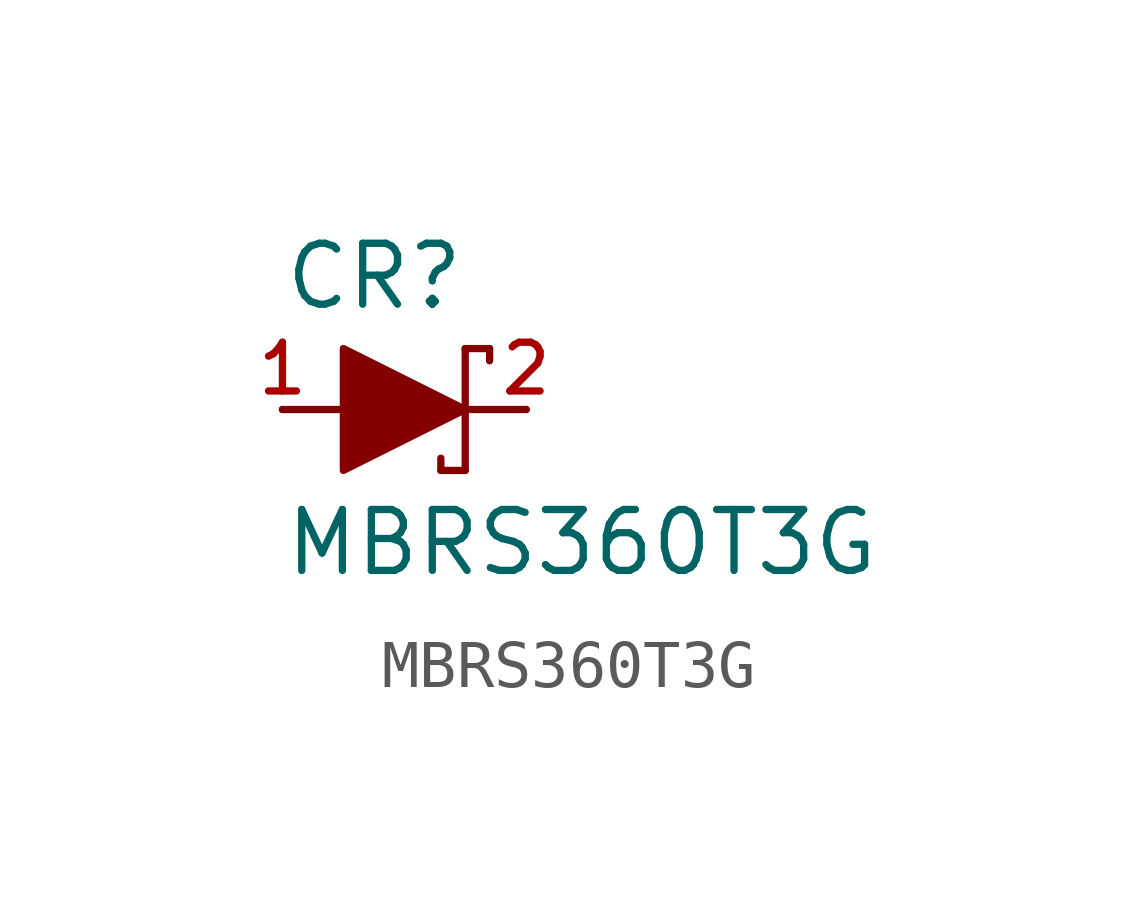
<source format=kicad_sym>
(kicad_symbol_lib
  (version 20211014)
  (generator kicad_symbol_editor)
  (symbol "MBRS360T3G"
    (pin_names
      (offset 1.016))
    (property "Reference" "CR"
      (at -2.54 2.032 0)
      (effects (font (size 1.27 1.27)) (justify bottom left)))
    (property "Value" "MBRS360T3G"
      (at -2.54 -2.032 0)
      (effects (font (size 1.27 1.27)) (justify top left)))
    (symbol "MBRS360T3G_0_0"
      (polyline (pts (xy 1.27 1.27) (xy 1.27 0.0)) (stroke (width 0.152)))
      (polyline (pts (xy 1.27 0.0) (xy 1.27 -1.27)) (stroke (width 0.152)))
      (polyline (pts (xy 1.27 1.27) (xy 1.778 1.27)) (stroke (width 0.152)))
      (polyline (pts (xy 1.27 -1.27) (xy 0.762 -1.27)) (stroke (width 0.152)))
      (polyline (pts (xy -2.54 0.0) (xy -1.27 0.0)) (stroke (width 0.152)))
      (polyline (pts (xy 2.54 0.0) (xy 1.27 0.0)) (stroke (width 0.152)))
      (polyline (pts (xy 0.762 -1.27) (xy 0.762 -1.016)) (stroke (width 0.152)))
      (polyline (pts (xy 1.778 1.27) (xy 1.778 1.016)) (stroke (width 0.152)))
      (polyline (pts (xy -1.27 1.27) (xy 1.27 0.0) (xy -1.27 -1.27) (xy -1.27 1.27)) (stroke (width 0.152)) (fill (type outline)))
      (pin passive line (at -2.54 0.0 0) (length 0) (name "~" (effects (font (size 1.016 1.016)))) (number "1" (effects (font (size 1.016 1.016)))))
      (pin passive line (at 2.54 0.0 180.0) (length 0) (name "~" (effects (font (size 1.016 1.016)))) (number "2" (effects (font (size 1.016 1.016))))))))
</source>
